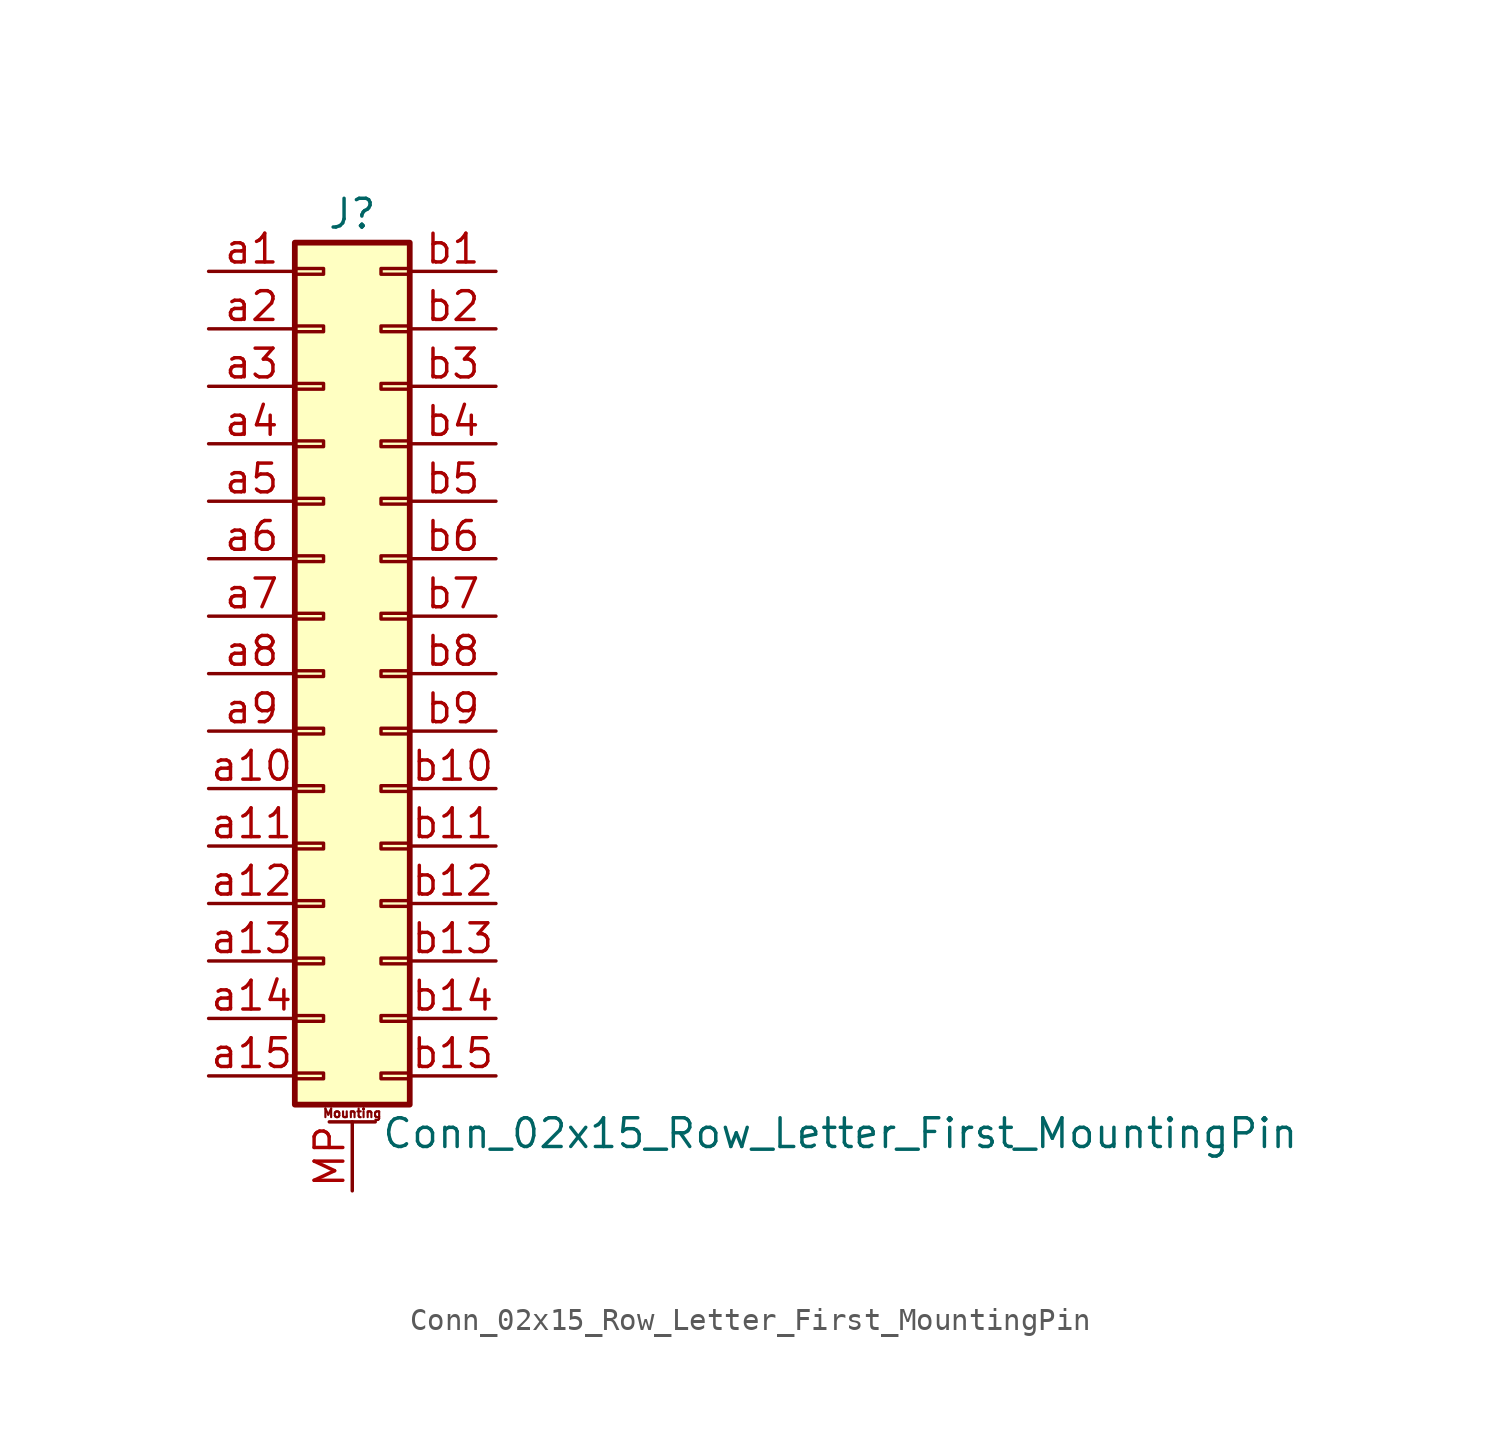
<source format=kicad_sym>
(kicad_symbol_lib
  (version 20201005)
  (generator kicad_symbol_editor)
  (symbol "Conn_02x15_Row_Letter_First_MountingPin"
    (pin_names
      (offset 1.016) hide)
    (property "Reference" "J"
      (at 1.27 20.32 0)
      (effects (font (size 1.27 1.27))))
    (property "Value" "Conn_02x15_Row_Letter_First_MountingPin"
      (at 2.54 -20.32 0)
      (effects (font (size 1.27 1.27)) (justify left)))
    (symbol "Conn_02x15_Row_Letter_First_MountingPin_1_1"
      (text "Mounting" (at 1.27 -19.431 0) (effects (font (size 0.381 0.381))))
      (rectangle (start -1.27 -17.653) (end 0 -17.907) (stroke (width 0.152)) (fill (type none)))
      (rectangle (start -1.27 -15.113) (end 0 -15.367) (stroke (width 0.152)) (fill (type none)))
      (rectangle (start -1.27 -12.573) (end 0 -12.827) (stroke (width 0.152)) (fill (type none)))
      (rectangle (start -1.27 -10.033) (end 0 -10.287) (stroke (width 0.152)) (fill (type none)))
      (rectangle (start -1.27 -7.493) (end 0 -7.747) (stroke (width 0.152)) (fill (type none)))
      (rectangle (start -1.27 -4.953) (end 0 -5.207) (stroke (width 0.152)) (fill (type none)))
      (rectangle (start -1.27 -2.413) (end 0 -2.667) (stroke (width 0.152)) (fill (type none)))
      (rectangle (start -1.27 0.127) (end 0 -0.127) (stroke (width 0.152)) (fill (type none)))
      (rectangle (start -1.27 2.667) (end 0 2.413) (stroke (width 0.152)) (fill (type none)))
      (rectangle (start -1.27 5.207) (end 0 4.953) (stroke (width 0.152)) (fill (type none)))
      (rectangle (start -1.27 7.747) (end 0 7.493) (stroke (width 0.152)) (fill (type none)))
      (rectangle (start -1.27 10.287) (end 0 10.033) (stroke (width 0.152)) (fill (type none)))
      (rectangle (start -1.27 12.827) (end 0 12.573) (stroke (width 0.152)) (fill (type none)))
      (rectangle (start -1.27 15.367) (end 0 15.113) (stroke (width 0.152)) (fill (type none)))
      (rectangle (start -1.27 17.907) (end 0 17.653) (stroke (width 0.152)) (fill (type none)))
      (rectangle (start 3.81 -17.653) (end 2.54 -17.907) (stroke (width 0.152)) (fill (type none)))
      (rectangle (start 3.81 -15.113) (end 2.54 -15.367) (stroke (width 0.152)) (fill (type none)))
      (rectangle (start 3.81 -12.573) (end 2.54 -12.827) (stroke (width 0.152)) (fill (type none)))
      (rectangle (start 3.81 -10.033) (end 2.54 -10.287) (stroke (width 0.152)) (fill (type none)))
      (rectangle (start 3.81 -7.493) (end 2.54 -7.747) (stroke (width 0.152)) (fill (type none)))
      (rectangle (start 3.81 -4.953) (end 2.54 -5.207) (stroke (width 0.152)) (fill (type none)))
      (rectangle (start 3.81 -2.413) (end 2.54 -2.667) (stroke (width 0.152)) (fill (type none)))
      (rectangle (start 3.81 0.127) (end 2.54 -0.127) (stroke (width 0.152)) (fill (type none)))
      (rectangle (start 3.81 2.667) (end 2.54 2.413) (stroke (width 0.152)) (fill (type none)))
      (rectangle (start 3.81 5.207) (end 2.54 4.953) (stroke (width 0.152)) (fill (type none)))
      (rectangle (start 3.81 7.747) (end 2.54 7.493) (stroke (width 0.152)) (fill (type none)))
      (rectangle (start 3.81 10.287) (end 2.54 10.033) (stroke (width 0.152)) (fill (type none)))
      (rectangle (start 3.81 12.827) (end 2.54 12.573) (stroke (width 0.152)) (fill (type none)))
      (rectangle (start 3.81 15.367) (end 2.54 15.113) (stroke (width 0.152)) (fill (type none)))
      (rectangle (start 3.81 17.907) (end 2.54 17.653) (stroke (width 0.152)) (fill (type none)))
      (rectangle (start -1.27 19.05) (end 3.81 -19.05) (stroke (width 0.254)) (fill (type background)))
      (polyline (pts (xy 0.254 -19.812) (xy 2.286 -19.812)) (stroke (width 0.152)) (fill (type none)))
      (pin passive line (at 1.27 -22.86 90) (length 3.048) (name "MountPin" (effects (font (size 1.27 1.27)))) (number "MP" (effects (font (size 1.27 1.27)))))
      (pin passive line (at -5.08 17.78 0) (length 3.81) (name "Pin_a1" (effects (font (size 1.27 1.27)))) (number "a1" (effects (font (size 1.27 1.27)))))
      (pin passive line (at -5.08 -5.08 0) (length 3.81) (name "Pin_a10" (effects (font (size 1.27 1.27)))) (number "a10" (effects (font (size 1.27 1.27)))))
      (pin passive line (at -5.08 -7.62 0) (length 3.81) (name "Pin_a11" (effects (font (size 1.27 1.27)))) (number "a11" (effects (font (size 1.27 1.27)))))
      (pin passive line (at -5.08 -10.16 0) (length 3.81) (name "Pin_a12" (effects (font (size 1.27 1.27)))) (number "a12" (effects (font (size 1.27 1.27)))))
      (pin passive line (at -5.08 -12.7 0) (length 3.81) (name "Pin_a13" (effects (font (size 1.27 1.27)))) (number "a13" (effects (font (size 1.27 1.27)))))
      (pin passive line (at -5.08 -15.24 0) (length 3.81) (name "Pin_a14" (effects (font (size 1.27 1.27)))) (number "a14" (effects (font (size 1.27 1.27)))))
      (pin passive line (at -5.08 -17.78 0) (length 3.81) (name "Pin_a15" (effects (font (size 1.27 1.27)))) (number "a15" (effects (font (size 1.27 1.27)))))
      (pin passive line (at -5.08 15.24 0) (length 3.81) (name "Pin_a2" (effects (font (size 1.27 1.27)))) (number "a2" (effects (font (size 1.27 1.27)))))
      (pin passive line (at -5.08 12.7 0) (length 3.81) (name "Pin_a3" (effects (font (size 1.27 1.27)))) (number "a3" (effects (font (size 1.27 1.27)))))
      (pin passive line (at -5.08 10.16 0) (length 3.81) (name "Pin_a4" (effects (font (size 1.27 1.27)))) (number "a4" (effects (font (size 1.27 1.27)))))
      (pin passive line (at -5.08 7.62 0) (length 3.81) (name "Pin_a5" (effects (font (size 1.27 1.27)))) (number "a5" (effects (font (size 1.27 1.27)))))
      (pin passive line (at -5.08 5.08 0) (length 3.81) (name "Pin_a6" (effects (font (size 1.27 1.27)))) (number "a6" (effects (font (size 1.27 1.27)))))
      (pin passive line (at -5.08 2.54 0) (length 3.81) (name "Pin_a7" (effects (font (size 1.27 1.27)))) (number "a7" (effects (font (size 1.27 1.27)))))
      (pin passive line (at -5.08 0 0) (length 3.81) (name "Pin_a8" (effects (font (size 1.27 1.27)))) (number "a8" (effects (font (size 1.27 1.27)))))
      (pin passive line (at -5.08 -2.54 0) (length 3.81) (name "Pin_a9" (effects (font (size 1.27 1.27)))) (number "a9" (effects (font (size 1.27 1.27)))))
      (pin passive line (at 7.62 17.78 180) (length 3.81) (name "Pin_b1" (effects (font (size 1.27 1.27)))) (number "b1" (effects (font (size 1.27 1.27)))))
      (pin passive line (at 7.62 -5.08 180) (length 3.81) (name "Pin_b10" (effects (font (size 1.27 1.27)))) (number "b10" (effects (font (size 1.27 1.27)))))
      (pin passive line (at 7.62 -7.62 180) (length 3.81) (name "Pin_b11" (effects (font (size 1.27 1.27)))) (number "b11" (effects (font (size 1.27 1.27)))))
      (pin passive line (at 7.62 -10.16 180) (length 3.81) (name "Pin_b12" (effects (font (size 1.27 1.27)))) (number "b12" (effects (font (size 1.27 1.27)))))
      (pin passive line (at 7.62 -12.7 180) (length 3.81) (name "Pin_b13" (effects (font (size 1.27 1.27)))) (number "b13" (effects (font (size 1.27 1.27)))))
      (pin passive line (at 7.62 -15.24 180) (length 3.81) (name "Pin_b14" (effects (font (size 1.27 1.27)))) (number "b14" (effects (font (size 1.27 1.27)))))
      (pin passive line (at 7.62 -17.78 180) (length 3.81) (name "Pin_b15" (effects (font (size 1.27 1.27)))) (number "b15" (effects (font (size 1.27 1.27)))))
      (pin passive line (at 7.62 15.24 180) (length 3.81) (name "Pin_b2" (effects (font (size 1.27 1.27)))) (number "b2" (effects (font (size 1.27 1.27)))))
      (pin passive line (at 7.62 12.7 180) (length 3.81) (name "Pin_b3" (effects (font (size 1.27 1.27)))) (number "b3" (effects (font (size 1.27 1.27)))))
      (pin passive line (at 7.62 10.16 180) (length 3.81) (name "Pin_b4" (effects (font (size 1.27 1.27)))) (number "b4" (effects (font (size 1.27 1.27)))))
      (pin passive line (at 7.62 7.62 180) (length 3.81) (name "Pin_b5" (effects (font (size 1.27 1.27)))) (number "b5" (effects (font (size 1.27 1.27)))))
      (pin passive line (at 7.62 5.08 180) (length 3.81) (name "Pin_b6" (effects (font (size 1.27 1.27)))) (number "b6" (effects (font (size 1.27 1.27)))))
      (pin passive line (at 7.62 2.54 180) (length 3.81) (name "Pin_b7" (effects (font (size 1.27 1.27)))) (number "b7" (effects (font (size 1.27 1.27)))))
      (pin passive line (at 7.62 0 180) (length 3.81) (name "Pin_b8" (effects (font (size 1.27 1.27)))) (number "b8" (effects (font (size 1.27 1.27)))))
      (pin passive line (at 7.62 -2.54 180) (length 3.81) (name "Pin_b9" (effects (font (size 1.27 1.27)))) (number "b9" (effects (font (size 1.27 1.27))))))))
</source>
